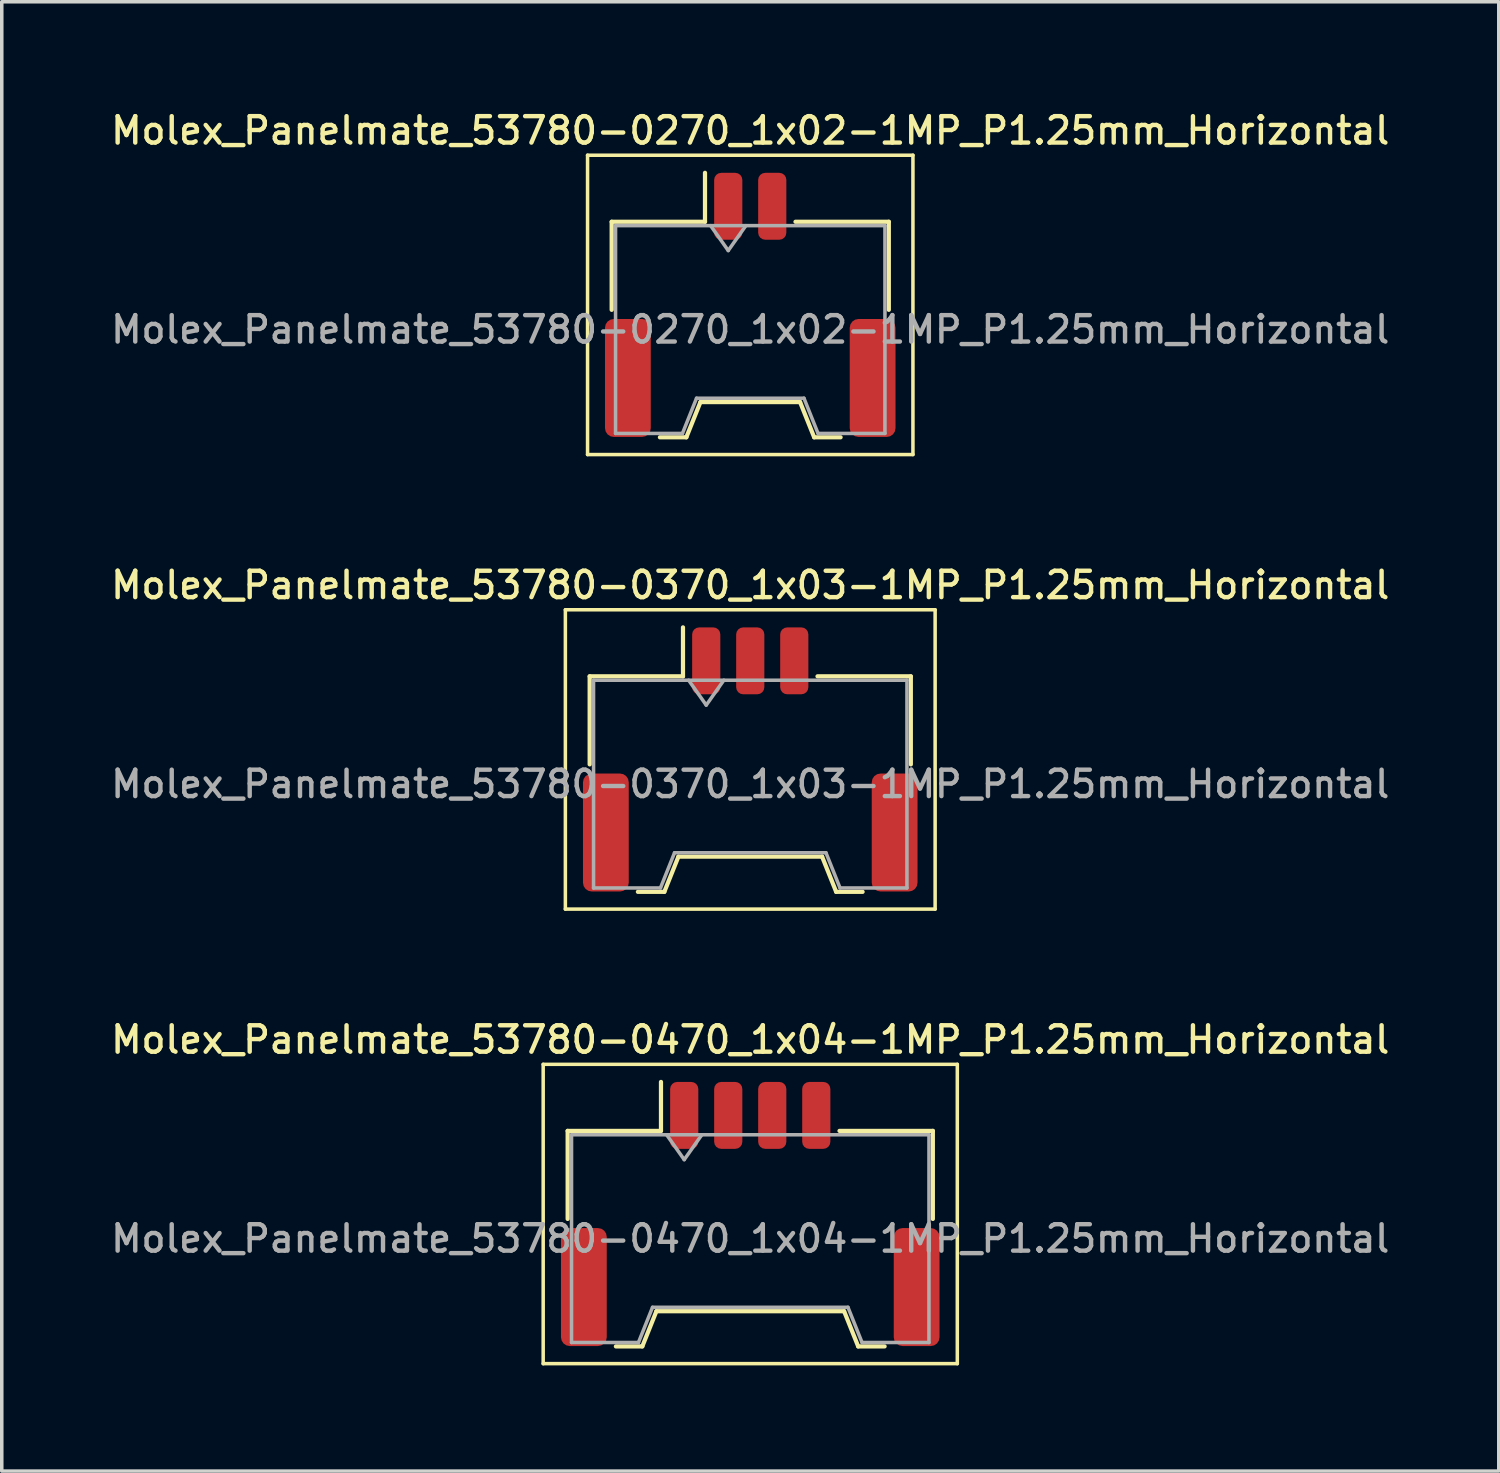
<source format=kicad_pcb>
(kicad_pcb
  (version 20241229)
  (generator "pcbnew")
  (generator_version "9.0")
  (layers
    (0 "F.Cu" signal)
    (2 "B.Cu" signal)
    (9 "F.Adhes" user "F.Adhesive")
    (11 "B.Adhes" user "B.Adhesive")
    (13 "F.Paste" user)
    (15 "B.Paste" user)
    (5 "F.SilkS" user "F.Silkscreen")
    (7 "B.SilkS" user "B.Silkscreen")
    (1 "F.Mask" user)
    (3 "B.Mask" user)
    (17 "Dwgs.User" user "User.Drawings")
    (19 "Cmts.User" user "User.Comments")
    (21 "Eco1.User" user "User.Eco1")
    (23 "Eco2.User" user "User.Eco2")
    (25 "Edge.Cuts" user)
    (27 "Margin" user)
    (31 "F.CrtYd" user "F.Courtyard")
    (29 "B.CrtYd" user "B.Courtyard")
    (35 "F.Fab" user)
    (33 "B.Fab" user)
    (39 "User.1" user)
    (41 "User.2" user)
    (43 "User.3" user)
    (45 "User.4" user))
  (footprint "Molex_Panelmate_53780-0370_1x03-1MP_P1.25mm_Horizontal"
    (layer "F.Cu")
    (at 18.255 18.516)
    (property "Reference" "Molex_Panelmate_53780-0370_1x03-1MP_P1.25mm_Horizontal" (at 0 -4.95 0) (layer "F.SilkS") (effects (font (size 0.75 0.75) (thickness 0.125))))
    (attr smd)
    (fp_line (start -5.25 -4.25) (end -5.25 4.25) (stroke (width 0.1) (type solid)) (layer "F.SilkS"))
    (fp_line (start -5.25 4.25) (end 5.25 4.25) (stroke (width 0.1) (type solid)) (layer "F.SilkS"))
    (fp_line (start -4.56 -2.36) (end -1.91 -2.36) (stroke (width 0.12) (type solid)) (layer "F.SilkS"))
    (fp_line (start -4.56 0.14) (end -4.56 -2.36) (stroke (width 0.12) (type solid)) (layer "F.SilkS"))
    (fp_line (start -3.19 3.76) (end -2.44 3.76) (stroke (width 0.12) (type solid)) (layer "F.SilkS"))
    (fp_line (start -2.44 3.76) (end -2.04 2.76) (stroke (width 0.12) (type solid)) (layer "F.SilkS"))
    (fp_line (start -2.04 2.76) (end 2.04 2.76) (stroke (width 0.12) (type solid)) (layer "F.SilkS"))
    (fp_line (start -1.91 -2.36) (end -1.91 -3.75) (stroke (width 0.12) (type solid)) (layer "F.SilkS"))
    (fp_line (start 2.04 2.76) (end 2.44 3.76) (stroke (width 0.12) (type solid)) (layer "F.SilkS"))
    (fp_line (start 2.44 3.76) (end 3.19 3.76) (stroke (width 0.12) (type solid)) (layer "F.SilkS"))
    (fp_line (start 4.56 -2.36) (end 1.91 -2.36) (stroke (width 0.12) (type solid)) (layer "F.SilkS"))
    (fp_line (start 4.56 0.14) (end 4.56 -2.36) (stroke (width 0.12) (type solid)) (layer "F.SilkS"))
    (fp_line (start 5.25 -4.25) (end -5.25 -4.25) (stroke (width 0.1) (type solid)) (layer "F.SilkS"))
    (fp_line (start 5.25 4.25) (end 5.25 -4.25) (stroke (width 0.1) (type solid)) (layer "F.SilkS"))
    (fp_line (start -4.45 -2.25) (end -4.45 3.65) (stroke (width 0.1) (type solid)) (layer "F.Fab"))
    (fp_line (start -4.45 -2.25) (end 4.45 -2.25) (stroke (width 0.1) (type solid)) (layer "F.Fab"))
    (fp_line (start -4.45 3.65) (end -2.55 3.65) (stroke (width 0.1) (type solid)) (layer "F.Fab"))
    (fp_line (start -2.55 3.65) (end -2.15 2.65) (stroke (width 0.1) (type solid)) (layer "F.Fab"))
    (fp_line (start -2.15 2.65) (end 2.15 2.65) (stroke (width 0.1) (type solid)) (layer "F.Fab"))
    (fp_line (start -1.75 -2.25) (end -1.25 -1.543) (stroke (width 0.1) (type solid)) (layer "F.Fab"))
    (fp_line (start -1.25 -1.543) (end -0.75 -2.25) (stroke (width 0.1) (type solid)) (layer "F.Fab"))
    (fp_line (start 2.15 2.65) (end 2.55 3.65) (stroke (width 0.1) (type solid)) (layer "F.Fab"))
    (fp_line (start 2.55 3.65) (end 4.45 3.65) (stroke (width 0.1) (type solid)) (layer "F.Fab"))
    (fp_line (start 4.45 -2.25) (end 4.45 3.65) (stroke (width 0.1) (type solid)) (layer "F.Fab"))
    (fp_text user "${REFERENCE}" (at 0 0.7 0) (layer "F.Fab") (effects (font (size 0.75 0.75) (thickness 0.125))))
    (pad "1" smd roundrect (at -1.25 -2.8) (size 0.8 1.9) (layers "F.Cu" "F.Mask" "F.Paste") (roundrect_rratio 0.25))
    (pad "2" smd roundrect (at 0 -2.8) (size 0.8 1.9) (layers "F.Cu" "F.Mask" "F.Paste") (roundrect_rratio 0.25))
    (pad "3" smd roundrect (at 1.25 -2.8) (size 0.8 1.9) (layers "F.Cu" "F.Mask" "F.Paste") (roundrect_rratio 0.25))
    (pad "MP" smd roundrect (at -4.1 2.075) (size 1.3 3.35) (layers "F.Cu" "F.Mask" "F.Paste") (roundrect_rratio 0.192))
    (pad "MP" smd roundrect (at 4.1 2.075) (size 1.3 3.35) (layers "F.Cu" "F.Mask" "F.Paste") (roundrect_rratio 0.192)))
  (footprint "Molex_Panelmate_53780-0470_1x04-1MP_P1.25mm_Horizontal"
    (layer "F.Cu")
    (at 18.255 31.424)
    (property "Reference" "Molex_Panelmate_53780-0470_1x04-1MP_P1.25mm_Horizontal" (at 0 -4.95 0) (layer "F.SilkS") (effects (font (size 0.75 0.75) (thickness 0.125))))
    (attr smd)
    (fp_line (start -5.88 -4.25) (end -5.88 4.25) (stroke (width 0.1) (type solid)) (layer "F.SilkS"))
    (fp_line (start -5.88 4.25) (end 5.88 4.25) (stroke (width 0.1) (type solid)) (layer "F.SilkS"))
    (fp_line (start -5.185 -2.36) (end -2.535 -2.36) (stroke (width 0.12) (type solid)) (layer "F.SilkS"))
    (fp_line (start -5.185 0.14) (end -5.185 -2.36) (stroke (width 0.12) (type solid)) (layer "F.SilkS"))
    (fp_line (start -3.815 3.76) (end -3.065 3.76) (stroke (width 0.12) (type solid)) (layer "F.SilkS"))
    (fp_line (start -3.065 3.76) (end -2.665 2.76) (stroke (width 0.12) (type solid)) (layer "F.SilkS"))
    (fp_line (start -2.665 2.76) (end 2.665 2.76) (stroke (width 0.12) (type solid)) (layer "F.SilkS"))
    (fp_line (start -2.535 -2.36) (end -2.535 -3.75) (stroke (width 0.12) (type solid)) (layer "F.SilkS"))
    (fp_line (start 2.665 2.76) (end 3.065 3.76) (stroke (width 0.12) (type solid)) (layer "F.SilkS"))
    (fp_line (start 3.065 3.76) (end 3.815 3.76) (stroke (width 0.12) (type solid)) (layer "F.SilkS"))
    (fp_line (start 5.185 -2.36) (end 2.535 -2.36) (stroke (width 0.12) (type solid)) (layer "F.SilkS"))
    (fp_line (start 5.185 0.14) (end 5.185 -2.36) (stroke (width 0.12) (type solid)) (layer "F.SilkS"))
    (fp_line (start 5.88 -4.25) (end -5.88 -4.25) (stroke (width 0.1) (type solid)) (layer "F.SilkS"))
    (fp_line (start 5.88 4.25) (end 5.88 -4.25) (stroke (width 0.1) (type solid)) (layer "F.SilkS"))
    (fp_line (start -5.075 -2.25) (end -5.075 3.65) (stroke (width 0.1) (type solid)) (layer "F.Fab"))
    (fp_line (start -5.075 -2.25) (end 5.075 -2.25) (stroke (width 0.1) (type solid)) (layer "F.Fab"))
    (fp_line (start -5.075 3.65) (end -3.175 3.65) (stroke (width 0.1) (type solid)) (layer "F.Fab"))
    (fp_line (start -3.175 3.65) (end -2.775 2.65) (stroke (width 0.1) (type solid)) (layer "F.Fab"))
    (fp_line (start -2.775 2.65) (end 2.775 2.65) (stroke (width 0.1) (type solid)) (layer "F.Fab"))
    (fp_line (start -2.375 -2.25) (end -1.875 -1.543) (stroke (width 0.1) (type solid)) (layer "F.Fab"))
    (fp_line (start -1.875 -1.543) (end -1.375 -2.25) (stroke (width 0.1) (type solid)) (layer "F.Fab"))
    (fp_line (start 2.775 2.65) (end 3.175 3.65) (stroke (width 0.1) (type solid)) (layer "F.Fab"))
    (fp_line (start 3.175 3.65) (end 5.075 3.65) (stroke (width 0.1) (type solid)) (layer "F.Fab"))
    (fp_line (start 5.075 -2.25) (end 5.075 3.65) (stroke (width 0.1) (type solid)) (layer "F.Fab"))
    (fp_text user "${REFERENCE}" (at 0 0.7 0) (layer "F.Fab") (effects (font (size 0.75 0.75) (thickness 0.125))))
    (pad "1" smd roundrect (at -1.875 -2.8) (size 0.8 1.9) (layers "F.Cu" "F.Mask" "F.Paste") (roundrect_rratio 0.25))
    (pad "2" smd roundrect (at -0.625 -2.8) (size 0.8 1.9) (layers "F.Cu" "F.Mask" "F.Paste") (roundrect_rratio 0.25))
    (pad "3" smd roundrect (at 0.625 -2.8) (size 0.8 1.9) (layers "F.Cu" "F.Mask" "F.Paste") (roundrect_rratio 0.25))
    (pad "4" smd roundrect (at 1.875 -2.8) (size 0.8 1.9) (layers "F.Cu" "F.Mask" "F.Paste") (roundrect_rratio 0.25))
    (pad "MP" smd roundrect (at -4.725 2.075) (size 1.3 3.35) (layers "F.Cu" "F.Mask" "F.Paste") (roundrect_rratio 0.192))
    (pad "MP" smd roundrect (at 4.725 2.075) (size 1.3 3.35) (layers "F.Cu" "F.Mask" "F.Paste") (roundrect_rratio 0.192)))
  (footprint "Molex_Panelmate_53780-0270_1x02-1MP_P1.25mm_Horizontal"
    (layer "F.Cu")
    (at 18.255 5.608)
    (property "Reference" "Molex_Panelmate_53780-0270_1x02-1MP_P1.25mm_Horizontal" (at 0 -4.95 0) (layer "F.SilkS") (effects (font (size 0.75 0.75) (thickness 0.125))))
    (attr smd)
    (fp_line (start -4.62 -4.25) (end -4.62 4.25) (stroke (width 0.1) (type solid)) (layer "F.SilkS"))
    (fp_line (start -4.62 4.25) (end 4.62 4.25) (stroke (width 0.1) (type solid)) (layer "F.SilkS"))
    (fp_line (start -3.935 -2.36) (end -1.285 -2.36) (stroke (width 0.12) (type solid)) (layer "F.SilkS"))
    (fp_line (start -3.935 0.14) (end -3.935 -2.36) (stroke (width 0.12) (type solid)) (layer "F.SilkS"))
    (fp_line (start -2.565 3.76) (end -1.815 3.76) (stroke (width 0.12) (type solid)) (layer "F.SilkS"))
    (fp_line (start -1.815 3.76) (end -1.415 2.76) (stroke (width 0.12) (type solid)) (layer "F.SilkS"))
    (fp_line (start -1.415 2.76) (end 1.415 2.76) (stroke (width 0.12) (type solid)) (layer "F.SilkS"))
    (fp_line (start -1.285 -2.36) (end -1.285 -3.75) (stroke (width 0.12) (type solid)) (layer "F.SilkS"))
    (fp_line (start 1.415 2.76) (end 1.815 3.76) (stroke (width 0.12) (type solid)) (layer "F.SilkS"))
    (fp_line (start 1.815 3.76) (end 2.565 3.76) (stroke (width 0.12) (type solid)) (layer "F.SilkS"))
    (fp_line (start 3.935 -2.36) (end 1.285 -2.36) (stroke (width 0.12) (type solid)) (layer "F.SilkS"))
    (fp_line (start 3.935 0.14) (end 3.935 -2.36) (stroke (width 0.12) (type solid)) (layer "F.SilkS"))
    (fp_line (start 4.62 -4.25) (end -4.62 -4.25) (stroke (width 0.1) (type solid)) (layer "F.SilkS"))
    (fp_line (start 4.62 4.25) (end 4.62 -4.25) (stroke (width 0.1) (type solid)) (layer "F.SilkS"))
    (fp_line (start -3.825 -2.25) (end -3.825 3.65) (stroke (width 0.1) (type solid)) (layer "F.Fab"))
    (fp_line (start -3.825 -2.25) (end 3.825 -2.25) (stroke (width 0.1) (type solid)) (layer "F.Fab"))
    (fp_line (start -3.825 3.65) (end -1.925 3.65) (stroke (width 0.1) (type solid)) (layer "F.Fab"))
    (fp_line (start -1.925 3.65) (end -1.525 2.65) (stroke (width 0.1) (type solid)) (layer "F.Fab"))
    (fp_line (start -1.525 2.65) (end 1.525 2.65) (stroke (width 0.1) (type solid)) (layer "F.Fab"))
    (fp_line (start -1.125 -2.25) (end -0.625 -1.543) (stroke (width 0.1) (type solid)) (layer "F.Fab"))
    (fp_line (start -0.625 -1.543) (end -0.125 -2.25) (stroke (width 0.1) (type solid)) (layer "F.Fab"))
    (fp_line (start 1.525 2.65) (end 1.925 3.65) (stroke (width 0.1) (type solid)) (layer "F.Fab"))
    (fp_line (start 1.925 3.65) (end 3.825 3.65) (stroke (width 0.1) (type solid)) (layer "F.Fab"))
    (fp_line (start 3.825 -2.25) (end 3.825 3.65) (stroke (width 0.1) (type solid)) (layer "F.Fab"))
    (fp_text user "${REFERENCE}" (at 0 0.7 0) (layer "F.Fab") (effects (font (size 0.75 0.75) (thickness 0.125))))
    (pad "1" smd roundrect (at -0.625 -2.8) (size 0.8 1.9) (layers "F.Cu" "F.Mask" "F.Paste") (roundrect_rratio 0.25))
    (pad "2" smd roundrect (at 0.625 -2.8) (size 0.8 1.9) (layers "F.Cu" "F.Mask" "F.Paste") (roundrect_rratio 0.25))
    (pad "MP" smd roundrect (at -3.475 2.075) (size 1.3 3.35) (layers "F.Cu" "F.Mask" "F.Paste") (roundrect_rratio 0.192))
    (pad "MP" smd roundrect (at 3.475 2.075) (size 1.3 3.35) (layers "F.Cu" "F.Mask" "F.Paste") (roundrect_rratio 0.192)))
  (gr_rect
    (start -3 -3)
    (end 39.511 38.724)
    (stroke (width 0.1) (type default))
    (fill no)
    (layer "Edge.Cuts")))
</source>
